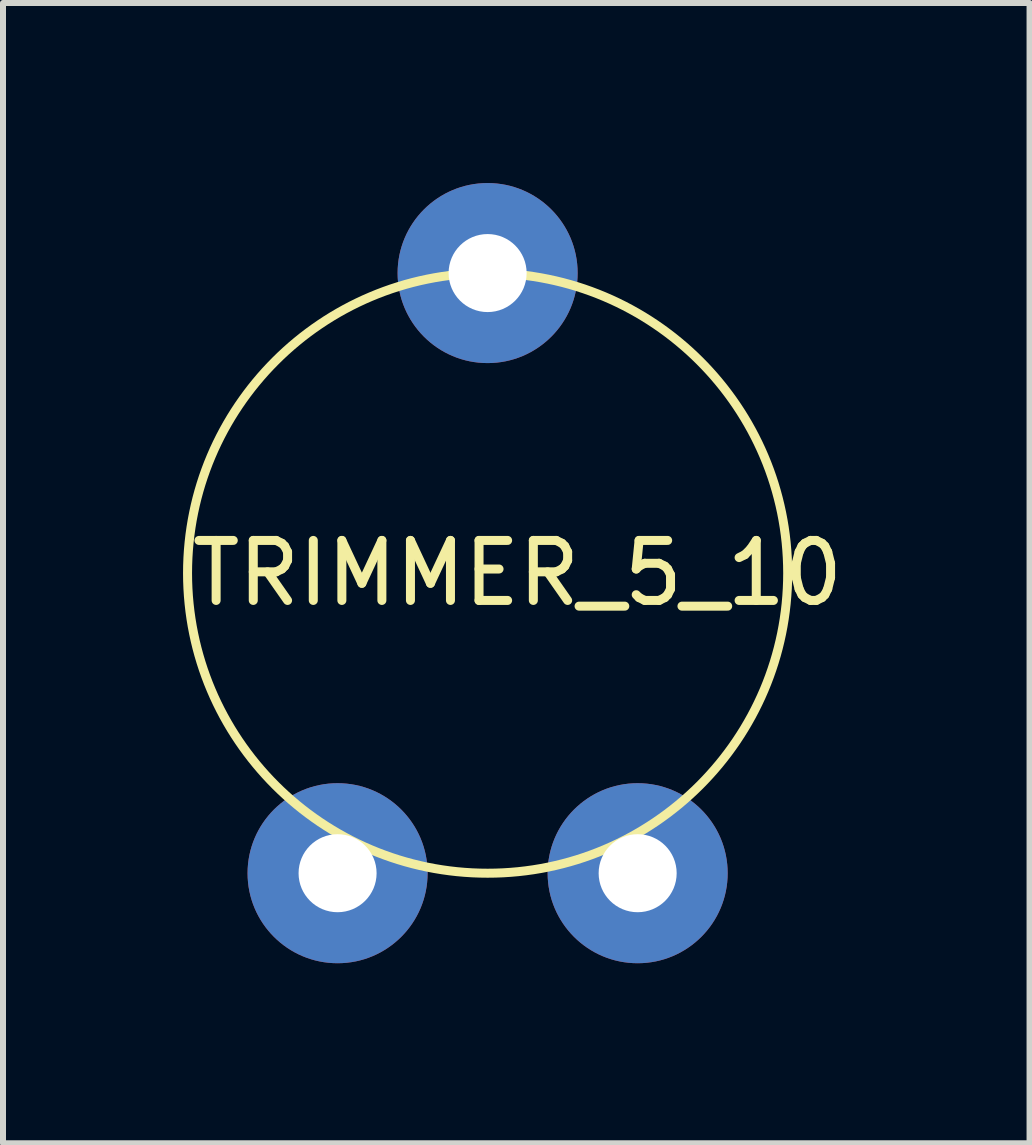
<source format=kicad_pcb>
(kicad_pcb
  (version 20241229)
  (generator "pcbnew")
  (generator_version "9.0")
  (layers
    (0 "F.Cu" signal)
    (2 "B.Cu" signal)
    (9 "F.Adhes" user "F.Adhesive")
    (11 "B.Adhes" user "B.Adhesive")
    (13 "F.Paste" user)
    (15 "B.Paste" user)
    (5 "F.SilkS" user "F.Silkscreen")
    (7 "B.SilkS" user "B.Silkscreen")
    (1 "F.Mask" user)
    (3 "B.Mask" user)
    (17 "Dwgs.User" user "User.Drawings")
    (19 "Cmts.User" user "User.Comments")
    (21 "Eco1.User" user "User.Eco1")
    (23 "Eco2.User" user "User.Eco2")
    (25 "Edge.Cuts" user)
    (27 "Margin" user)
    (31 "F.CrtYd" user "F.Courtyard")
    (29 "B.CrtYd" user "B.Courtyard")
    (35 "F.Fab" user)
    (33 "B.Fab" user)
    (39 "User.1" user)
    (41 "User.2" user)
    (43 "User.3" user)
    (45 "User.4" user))
  (footprint "TRIMMER_5_10"
    (layer "F.Cu")
    (at 5.075 6.5)
    (property "Reference" "TRIMMER_5_10" (at 0.5 0 0) (layer "F.SilkS") (effects (font (size 1 1) (thickness 0.15))))
    (attr through_hole)
    (fp_circle (center 0 0) (end 0 5) (stroke (width 0.15) (type solid)) (fill no) (layer "F.SilkS"))
    (pad "1" thru_hole circle (at -2.5 5) (size 3 3) (drill 1.3) (layers "*.Cu" "*.Mask"))
    (pad "2" thru_hole circle (at 0 -5) (size 3 3) (drill 1.3) (layers "*.Cu" "*.Mask"))
    (pad "3" thru_hole circle (at 2.5 5) (size 3 3) (drill 1.3) (layers "*.Cu" "*.Mask")))
  (gr_rect
    (start -3 -3)
    (end 14.105 16)
    (stroke (width 0.1) (type default))
    (fill no)
    (layer "Edge.Cuts")))
</source>
